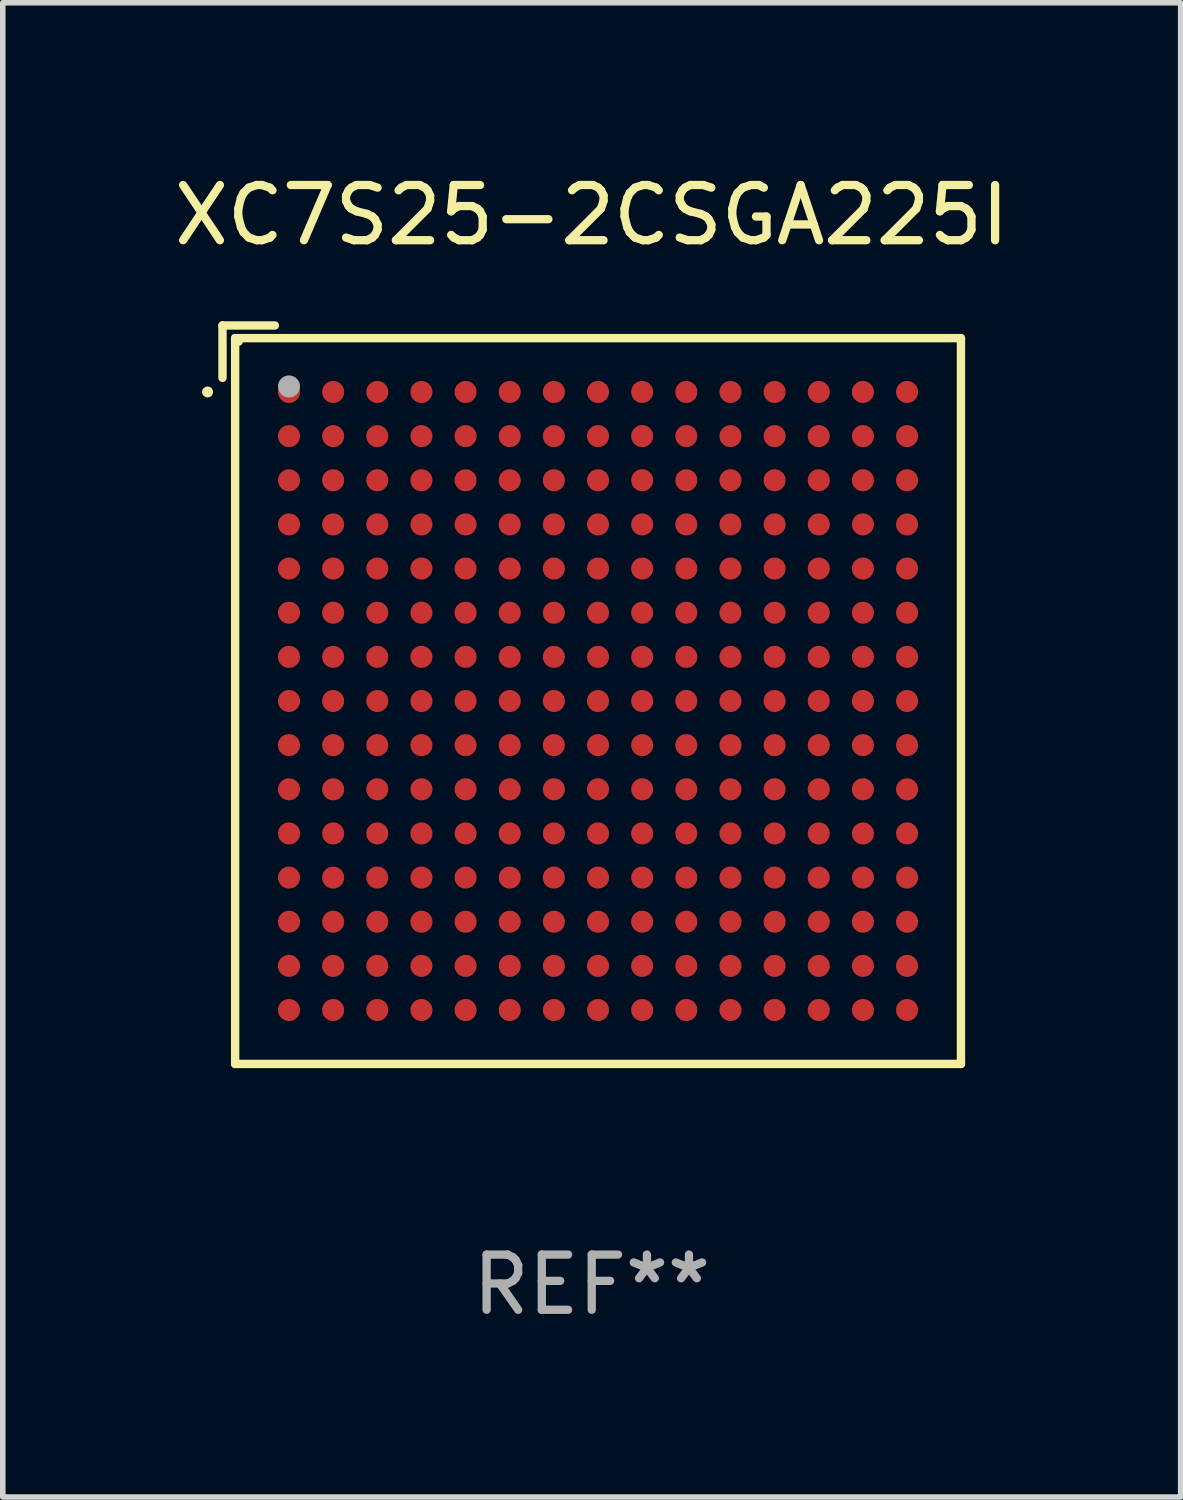
<source format=kicad_pcb>
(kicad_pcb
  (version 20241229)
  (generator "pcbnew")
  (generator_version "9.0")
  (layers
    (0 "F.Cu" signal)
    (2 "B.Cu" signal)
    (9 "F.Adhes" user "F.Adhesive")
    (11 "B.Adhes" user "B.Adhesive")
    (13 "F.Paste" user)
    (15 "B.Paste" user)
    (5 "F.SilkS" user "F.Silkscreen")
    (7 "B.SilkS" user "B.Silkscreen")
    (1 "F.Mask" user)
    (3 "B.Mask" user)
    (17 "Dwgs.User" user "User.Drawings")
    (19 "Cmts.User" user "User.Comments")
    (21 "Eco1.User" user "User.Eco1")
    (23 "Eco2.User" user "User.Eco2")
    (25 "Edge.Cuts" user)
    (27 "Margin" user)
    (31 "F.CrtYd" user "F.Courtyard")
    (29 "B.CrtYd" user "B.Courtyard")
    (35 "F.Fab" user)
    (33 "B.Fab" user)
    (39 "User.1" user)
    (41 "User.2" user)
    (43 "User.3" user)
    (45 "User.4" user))
  (footprint "XC7S25-2CSGA225I"
    (layer "F.Cu")
    (at 7.673 9.539)
    (property "Reference" "XC7S25-2CSGA225I" (at 0 -8.691 0) (layer "F.SilkS") (effects (font (size 1 1) (thickness 0.15))))
    (attr through_hole)
    (fp_line (start -6.691 -6.691) (end -5.742 -6.691) (stroke (width 0.152) (type solid)) (layer "F.SilkS"))
    (fp_line (start -6.691 -5.742) (end -6.691 -6.691) (stroke (width 0.152) (type solid)) (layer "F.SilkS"))
    (fp_line (start -6.462 -6.462) (end 6.691 -6.462) (stroke (width 0.152) (type solid)) (layer "F.SilkS"))
    (fp_line (start -6.462 6.691) (end -6.462 -6.462) (stroke (width 0.152) (type solid)) (layer "F.SilkS"))
    (fp_line (start 6.691 -6.462) (end 6.691 6.691) (stroke (width 0.152) (type solid)) (layer "F.SilkS"))
    (fp_line (start 6.691 6.691) (end -6.462 6.691) (stroke (width 0.152) (type solid)) (layer "F.SilkS"))
    (fp_circle (center -6.962 -5.486) (end -6.912 -5.486) (stroke (width 0.1) (type solid)) (fill no) (layer "F.SilkS"))
    (fp_circle (center -6.386 -6.386) (end -6.356 -6.386) (stroke (width 0.06) (type solid)) (fill no) (layer "F.SilkS"))
    (fp_circle (center -5.486 -5.586) (end -5.386 -5.586) (stroke (width 0.2) (type solid)) (fill no) (layer "F.Fab"))
    (fp_text user "REF**" (at 0 10.691 0) (layer "F.Fab") (effects (font (size 1 1) (thickness 0.15))))
    (pad "A1" smd circle (at -5.486 -5.486) (size 0.4 0.4) (layers "F.Cu" "F.Mask" "F.Paste"))
    (pad "A2" smd circle (at -4.686 -5.486) (size 0.4 0.4) (layers "F.Cu" "F.Mask" "F.Paste"))
    (pad "A3" smd circle (at -3.886 -5.486) (size 0.4 0.4) (layers "F.Cu" "F.Mask" "F.Paste"))
    (pad "A4" smd circle (at -3.086 -5.486) (size 0.4 0.4) (layers "F.Cu" "F.Mask" "F.Paste"))
    (pad "A5" smd circle (at -2.286 -5.486) (size 0.4 0.4) (layers "F.Cu" "F.Mask" "F.Paste"))
    (pad "A6" smd circle (at -1.486 -5.486) (size 0.4 0.4) (layers "F.Cu" "F.Mask" "F.Paste"))
    (pad "A7" smd circle (at -0.686 -5.486) (size 0.4 0.4) (layers "F.Cu" "F.Mask" "F.Paste"))
    (pad "A8" smd circle (at 0.114 -5.486) (size 0.4 0.4) (layers "F.Cu" "F.Mask" "F.Paste"))
    (pad "A9" smd circle (at 0.914 -5.486) (size 0.4 0.4) (layers "F.Cu" "F.Mask" "F.Paste"))
    (pad "A10" smd circle (at 1.714 -5.486) (size 0.4 0.4) (layers "F.Cu" "F.Mask" "F.Paste"))
    (pad "A11" smd circle (at 2.514 -5.486) (size 0.4 0.4) (layers "F.Cu" "F.Mask" "F.Paste"))
    (pad "A12" smd circle (at 3.314 -5.486) (size 0.4 0.4) (layers "F.Cu" "F.Mask" "F.Paste"))
    (pad "A13" smd circle (at 4.114 -5.486) (size 0.4 0.4) (layers "F.Cu" "F.Mask" "F.Paste"))
    (pad "A14" smd circle (at 4.914 -5.486) (size 0.4 0.4) (layers "F.Cu" "F.Mask" "F.Paste"))
    (pad "A15" smd circle (at 5.714 -5.486) (size 0.4 0.4) (layers "F.Cu" "F.Mask" "F.Paste"))
    (pad "B1" smd circle (at -5.486 -4.686) (size 0.4 0.4) (layers "F.Cu" "F.Mask" "F.Paste"))
    (pad "B2" smd circle (at -4.686 -4.686) (size 0.4 0.4) (layers "F.Cu" "F.Mask" "F.Paste"))
    (pad "B3" smd circle (at -3.886 -4.686) (size 0.4 0.4) (layers "F.Cu" "F.Mask" "F.Paste"))
    (pad "B4" smd circle (at -3.086 -4.686) (size 0.4 0.4) (layers "F.Cu" "F.Mask" "F.Paste"))
    (pad "B5" smd circle (at -2.286 -4.686) (size 0.4 0.4) (layers "F.Cu" "F.Mask" "F.Paste"))
    (pad "B6" smd circle (at -1.486 -4.686) (size 0.4 0.4) (layers "F.Cu" "F.Mask" "F.Paste"))
    (pad "B7" smd circle (at -0.686 -4.686) (size 0.4 0.4) (layers "F.Cu" "F.Mask" "F.Paste"))
    (pad "B8" smd circle (at 0.114 -4.686) (size 0.4 0.4) (layers "F.Cu" "F.Mask" "F.Paste"))
    (pad "B9" smd circle (at 0.914 -4.686) (size 0.4 0.4) (layers "F.Cu" "F.Mask" "F.Paste"))
    (pad "B10" smd circle (at 1.714 -4.686) (size 0.4 0.4) (layers "F.Cu" "F.Mask" "F.Paste"))
    (pad "B11" smd circle (at 2.514 -4.686) (size 0.4 0.4) (layers "F.Cu" "F.Mask" "F.Paste"))
    (pad "B12" smd circle (at 3.314 -4.686) (size 0.4 0.4) (layers "F.Cu" "F.Mask" "F.Paste"))
    (pad "B13" smd circle (at 4.114 -4.686) (size 0.4 0.4) (layers "F.Cu" "F.Mask" "F.Paste"))
    (pad "B14" smd circle (at 4.914 -4.686) (size 0.4 0.4) (layers "F.Cu" "F.Mask" "F.Paste"))
    (pad "B15" smd circle (at 5.714 -4.686) (size 0.4 0.4) (layers "F.Cu" "F.Mask" "F.Paste"))
    (pad "C1" smd circle (at -5.486 -3.886) (size 0.4 0.4) (layers "F.Cu" "F.Mask" "F.Paste"))
    (pad "C2" smd circle (at -4.686 -3.886) (size 0.4 0.4) (layers "F.Cu" "F.Mask" "F.Paste"))
    (pad "C3" smd circle (at -3.886 -3.886) (size 0.4 0.4) (layers "F.Cu" "F.Mask" "F.Paste"))
    (pad "C4" smd circle (at -3.086 -3.886) (size 0.4 0.4) (layers "F.Cu" "F.Mask" "F.Paste"))
    (pad "C5" smd circle (at -2.286 -3.886) (size 0.4 0.4) (layers "F.Cu" "F.Mask" "F.Paste"))
    (pad "C6" smd circle (at -1.486 -3.886) (size 0.4 0.4) (layers "F.Cu" "F.Mask" "F.Paste"))
    (pad "C7" smd circle (at -0.686 -3.886) (size 0.4 0.4) (layers "F.Cu" "F.Mask" "F.Paste"))
    (pad "C8" smd circle (at 0.114 -3.886) (size 0.4 0.4) (layers "F.Cu" "F.Mask" "F.Paste"))
    (pad "C9" smd circle (at 0.914 -3.886) (size 0.4 0.4) (layers "F.Cu" "F.Mask" "F.Paste"))
    (pad "C10" smd circle (at 1.714 -3.886) (size 0.4 0.4) (layers "F.Cu" "F.Mask" "F.Paste"))
    (pad "C11" smd circle (at 2.514 -3.886) (size 0.4 0.4) (layers "F.Cu" "F.Mask" "F.Paste"))
    (pad "C12" smd circle (at 3.314 -3.886) (size 0.4 0.4) (layers "F.Cu" "F.Mask" "F.Paste"))
    (pad "C13" smd circle (at 4.114 -3.886) (size 0.4 0.4) (layers "F.Cu" "F.Mask" "F.Paste"))
    (pad "C14" smd circle (at 4.914 -3.886) (size 0.4 0.4) (layers "F.Cu" "F.Mask" "F.Paste"))
    (pad "C15" smd circle (at 5.714 -3.886) (size 0.4 0.4) (layers "F.Cu" "F.Mask" "F.Paste"))
    (pad "D1" smd circle (at -5.486 -3.086) (size 0.4 0.4) (layers "F.Cu" "F.Mask" "F.Paste"))
    (pad "D2" smd circle (at -4.686 -3.086) (size 0.4 0.4) (layers "F.Cu" "F.Mask" "F.Paste"))
    (pad "D3" smd circle (at -3.886 -3.086) (size 0.4 0.4) (layers "F.Cu" "F.Mask" "F.Paste"))
    (pad "D4" smd circle (at -3.086 -3.086) (size 0.4 0.4) (layers "F.Cu" "F.Mask" "F.Paste"))
    (pad "D5" smd circle (at -2.286 -3.086) (size 0.4 0.4) (layers "F.Cu" "F.Mask" "F.Paste"))
    (pad "D6" smd circle (at -1.486 -3.086) (size 0.4 0.4) (layers "F.Cu" "F.Mask" "F.Paste"))
    (pad "D7" smd circle (at -0.686 -3.086) (size 0.4 0.4) (layers "F.Cu" "F.Mask" "F.Paste"))
    (pad "D8" smd circle (at 0.114 -3.086) (size 0.4 0.4) (layers "F.Cu" "F.Mask" "F.Paste"))
    (pad "D9" smd circle (at 0.914 -3.086) (size 0.4 0.4) (layers "F.Cu" "F.Mask" "F.Paste"))
    (pad "D10" smd circle (at 1.714 -3.086) (size 0.4 0.4) (layers "F.Cu" "F.Mask" "F.Paste"))
    (pad "D11" smd circle (at 2.514 -3.086) (size 0.4 0.4) (layers "F.Cu" "F.Mask" "F.Paste"))
    (pad "D12" smd circle (at 3.314 -3.086) (size 0.4 0.4) (layers "F.Cu" "F.Mask" "F.Paste"))
    (pad "D13" smd circle (at 4.114 -3.086) (size 0.4 0.4) (layers "F.Cu" "F.Mask" "F.Paste"))
    (pad "D14" smd circle (at 4.914 -3.086) (size 0.4 0.4) (layers "F.Cu" "F.Mask" "F.Paste"))
    (pad "D15" smd circle (at 5.714 -3.086) (size 0.4 0.4) (layers "F.Cu" "F.Mask" "F.Paste"))
    (pad "E1" smd circle (at -5.486 -2.286) (size 0.4 0.4) (layers "F.Cu" "F.Mask" "F.Paste"))
    (pad "E2" smd circle (at -4.686 -2.286) (size 0.4 0.4) (layers "F.Cu" "F.Mask" "F.Paste"))
    (pad "E3" smd circle (at -3.886 -2.286) (size 0.4 0.4) (layers "F.Cu" "F.Mask" "F.Paste"))
    (pad "E4" smd circle (at -3.086 -2.286) (size 0.4 0.4) (layers "F.Cu" "F.Mask" "F.Paste"))
    (pad "E5" smd circle (at -2.286 -2.286) (size 0.4 0.4) (layers "F.Cu" "F.Mask" "F.Paste"))
    (pad "E6" smd circle (at -1.486 -2.286) (size 0.4 0.4) (layers "F.Cu" "F.Mask" "F.Paste"))
    (pad "E7" smd circle (at -0.686 -2.286) (size 0.4 0.4) (layers "F.Cu" "F.Mask" "F.Paste"))
    (pad "E8" smd circle (at 0.114 -2.286) (size 0.4 0.4) (layers "F.Cu" "F.Mask" "F.Paste"))
    (pad "E9" smd circle (at 0.914 -2.286) (size 0.4 0.4) (layers "F.Cu" "F.Mask" "F.Paste"))
    (pad "E10" smd circle (at 1.714 -2.286) (size 0.4 0.4) (layers "F.Cu" "F.Mask" "F.Paste"))
    (pad "E11" smd circle (at 2.514 -2.286) (size 0.4 0.4) (layers "F.Cu" "F.Mask" "F.Paste"))
    (pad "E12" smd circle (at 3.314 -2.286) (size 0.4 0.4) (layers "F.Cu" "F.Mask" "F.Paste"))
    (pad "E13" smd circle (at 4.114 -2.286) (size 0.4 0.4) (layers "F.Cu" "F.Mask" "F.Paste"))
    (pad "E14" smd circle (at 4.914 -2.286) (size 0.4 0.4) (layers "F.Cu" "F.Mask" "F.Paste"))
    (pad "E15" smd circle (at 5.714 -2.286) (size 0.4 0.4) (layers "F.Cu" "F.Mask" "F.Paste"))
    (pad "F1" smd circle (at -5.486 -1.486) (size 0.4 0.4) (layers "F.Cu" "F.Mask" "F.Paste"))
    (pad "F2" smd circle (at -4.686 -1.486) (size 0.4 0.4) (layers "F.Cu" "F.Mask" "F.Paste"))
    (pad "F3" smd circle (at -3.886 -1.486) (size 0.4 0.4) (layers "F.Cu" "F.Mask" "F.Paste"))
    (pad "F4" smd circle (at -3.086 -1.486) (size 0.4 0.4) (layers "F.Cu" "F.Mask" "F.Paste"))
    (pad "F5" smd circle (at -2.286 -1.486) (size 0.4 0.4) (layers "F.Cu" "F.Mask" "F.Paste"))
    (pad "F6" smd circle (at -1.486 -1.486) (size 0.4 0.4) (layers "F.Cu" "F.Mask" "F.Paste"))
    (pad "F7" smd circle (at -0.686 -1.486) (size 0.4 0.4) (layers "F.Cu" "F.Mask" "F.Paste"))
    (pad "F8" smd circle (at 0.114 -1.486) (size 0.4 0.4) (layers "F.Cu" "F.Mask" "F.Paste"))
    (pad "F9" smd circle (at 0.914 -1.486) (size 0.4 0.4) (layers "F.Cu" "F.Mask" "F.Paste"))
    (pad "F10" smd circle (at 1.714 -1.486) (size 0.4 0.4) (layers "F.Cu" "F.Mask" "F.Paste"))
    (pad "F11" smd circle (at 2.514 -1.486) (size 0.4 0.4) (layers "F.Cu" "F.Mask" "F.Paste"))
    (pad "F12" smd circle (at 3.314 -1.486) (size 0.4 0.4) (layers "F.Cu" "F.Mask" "F.Paste"))
    (pad "F13" smd circle (at 4.114 -1.486) (size 0.4 0.4) (layers "F.Cu" "F.Mask" "F.Paste"))
    (pad "F14" smd circle (at 4.914 -1.486) (size 0.4 0.4) (layers "F.Cu" "F.Mask" "F.Paste"))
    (pad "F15" smd circle (at 5.714 -1.486) (size 0.4 0.4) (layers "F.Cu" "F.Mask" "F.Paste"))
    (pad "G1" smd circle (at -5.486 -0.686) (size 0.4 0.4) (layers "F.Cu" "F.Mask" "F.Paste"))
    (pad "G2" smd circle (at -4.686 -0.686) (size 0.4 0.4) (layers "F.Cu" "F.Mask" "F.Paste"))
    (pad "G3" smd circle (at -3.886 -0.686) (size 0.4 0.4) (layers "F.Cu" "F.Mask" "F.Paste"))
    (pad "G4" smd circle (at -3.086 -0.686) (size 0.4 0.4) (layers "F.Cu" "F.Mask" "F.Paste"))
    (pad "G5" smd circle (at -2.286 -0.686) (size 0.4 0.4) (layers "F.Cu" "F.Mask" "F.Paste"))
    (pad "G6" smd circle (at -1.486 -0.686) (size 0.4 0.4) (layers "F.Cu" "F.Mask" "F.Paste"))
    (pad "G7" smd circle (at -0.686 -0.686) (size 0.4 0.4) (layers "F.Cu" "F.Mask" "F.Paste"))
    (pad "G8" smd circle (at 0.114 -0.686) (size 0.4 0.4) (layers "F.Cu" "F.Mask" "F.Paste"))
    (pad "G9" smd circle (at 0.914 -0.686) (size 0.4 0.4) (layers "F.Cu" "F.Mask" "F.Paste"))
    (pad "G10" smd circle (at 1.714 -0.686) (size 0.4 0.4) (layers "F.Cu" "F.Mask" "F.Paste"))
    (pad "G11" smd circle (at 2.514 -0.686) (size 0.4 0.4) (layers "F.Cu" "F.Mask" "F.Paste"))
    (pad "G12" smd circle (at 3.314 -0.686) (size 0.4 0.4) (layers "F.Cu" "F.Mask" "F.Paste"))
    (pad "G13" smd circle (at 4.114 -0.686) (size 0.4 0.4) (layers "F.Cu" "F.Mask" "F.Paste"))
    (pad "G14" smd circle (at 4.914 -0.686) (size 0.4 0.4) (layers "F.Cu" "F.Mask" "F.Paste"))
    (pad "G15" smd circle (at 5.714 -0.686) (size 0.4 0.4) (layers "F.Cu" "F.Mask" "F.Paste"))
    (pad "H1" smd circle (at -5.486 0.114) (size 0.4 0.4) (layers "F.Cu" "F.Mask" "F.Paste"))
    (pad "H2" smd circle (at -4.686 0.114) (size 0.4 0.4) (layers "F.Cu" "F.Mask" "F.Paste"))
    (pad "H3" smd circle (at -3.886 0.114) (size 0.4 0.4) (layers "F.Cu" "F.Mask" "F.Paste"))
    (pad "H4" smd circle (at -3.086 0.114) (size 0.4 0.4) (layers "F.Cu" "F.Mask" "F.Paste"))
    (pad "H5" smd circle (at -2.286 0.114) (size 0.4 0.4) (layers "F.Cu" "F.Mask" "F.Paste"))
    (pad "H6" smd circle (at -1.486 0.114) (size 0.4 0.4) (layers "F.Cu" "F.Mask" "F.Paste"))
    (pad "H7" smd circle (at -0.686 0.114) (size 0.4 0.4) (layers "F.Cu" "F.Mask" "F.Paste"))
    (pad "H8" smd circle (at 0.114 0.114) (size 0.4 0.4) (layers "F.Cu" "F.Mask" "F.Paste"))
    (pad "H9" smd circle (at 0.914 0.114) (size 0.4 0.4) (layers "F.Cu" "F.Mask" "F.Paste"))
    (pad "H10" smd circle (at 1.714 0.114) (size 0.4 0.4) (layers "F.Cu" "F.Mask" "F.Paste"))
    (pad "H11" smd circle (at 2.514 0.114) (size 0.4 0.4) (layers "F.Cu" "F.Mask" "F.Paste"))
    (pad "H12" smd circle (at 3.314 0.114) (size 0.4 0.4) (layers "F.Cu" "F.Mask" "F.Paste"))
    (pad "H13" smd circle (at 4.114 0.114) (size 0.4 0.4) (layers "F.Cu" "F.Mask" "F.Paste"))
    (pad "H14" smd circle (at 4.914 0.114) (size 0.4 0.4) (layers "F.Cu" "F.Mask" "F.Paste"))
    (pad "H15" smd circle (at 5.714 0.114) (size 0.4 0.4) (layers "F.Cu" "F.Mask" "F.Paste"))
    (pad "J1" smd circle (at -5.486 0.914) (size 0.4 0.4) (layers "F.Cu" "F.Mask" "F.Paste"))
    (pad "J2" smd circle (at -4.686 0.914) (size 0.4 0.4) (layers "F.Cu" "F.Mask" "F.Paste"))
    (pad "J3" smd circle (at -3.886 0.914) (size 0.4 0.4) (layers "F.Cu" "F.Mask" "F.Paste"))
    (pad "J4" smd circle (at -3.086 0.914) (size 0.4 0.4) (layers "F.Cu" "F.Mask" "F.Paste"))
    (pad "J5" smd circle (at -2.286 0.914) (size 0.4 0.4) (layers "F.Cu" "F.Mask" "F.Paste"))
    (pad "J6" smd circle (at -1.486 0.914) (size 0.4 0.4) (layers "F.Cu" "F.Mask" "F.Paste"))
    (pad "J7" smd circle (at -0.686 0.914) (size 0.4 0.4) (layers "F.Cu" "F.Mask" "F.Paste"))
    (pad "J8" smd circle (at 0.114 0.914) (size 0.4 0.4) (layers "F.Cu" "F.Mask" "F.Paste"))
    (pad "J9" smd circle (at 0.914 0.914) (size 0.4 0.4) (layers "F.Cu" "F.Mask" "F.Paste"))
    (pad "J10" smd circle (at 1.714 0.914) (size 0.4 0.4) (layers "F.Cu" "F.Mask" "F.Paste"))
    (pad "J11" smd circle (at 2.514 0.914) (size 0.4 0.4) (layers "F.Cu" "F.Mask" "F.Paste"))
    (pad "J12" smd circle (at 3.314 0.914) (size 0.4 0.4) (layers "F.Cu" "F.Mask" "F.Paste"))
    (pad "J13" smd circle (at 4.114 0.914) (size 0.4 0.4) (layers "F.Cu" "F.Mask" "F.Paste"))
    (pad "J14" smd circle (at 4.914 0.914) (size 0.4 0.4) (layers "F.Cu" "F.Mask" "F.Paste"))
    (pad "J15" smd circle (at 5.714 0.914) (size 0.4 0.4) (layers "F.Cu" "F.Mask" "F.Paste"))
    (pad "K1" smd circle (at -5.486 1.714) (size 0.4 0.4) (layers "F.Cu" "F.Mask" "F.Paste"))
    (pad "K2" smd circle (at -4.686 1.714) (size 0.4 0.4) (layers "F.Cu" "F.Mask" "F.Paste"))
    (pad "K3" smd circle (at -3.886 1.714) (size 0.4 0.4) (layers "F.Cu" "F.Mask" "F.Paste"))
    (pad "K4" smd circle (at -3.086 1.714) (size 0.4 0.4) (layers "F.Cu" "F.Mask" "F.Paste"))
    (pad "K5" smd circle (at -2.286 1.714) (size 0.4 0.4) (layers "F.Cu" "F.Mask" "F.Paste"))
    (pad "K6" smd circle (at -1.486 1.714) (size 0.4 0.4) (layers "F.Cu" "F.Mask" "F.Paste"))
    (pad "K7" smd circle (at -0.686 1.714) (size 0.4 0.4) (layers "F.Cu" "F.Mask" "F.Paste"))
    (pad "K8" smd circle (at 0.114 1.714) (size 0.4 0.4) (layers "F.Cu" "F.Mask" "F.Paste"))
    (pad "K9" smd circle (at 0.914 1.714) (size 0.4 0.4) (layers "F.Cu" "F.Mask" "F.Paste"))
    (pad "K10" smd circle (at 1.714 1.714) (size 0.4 0.4) (layers "F.Cu" "F.Mask" "F.Paste"))
    (pad "K11" smd circle (at 2.514 1.714) (size 0.4 0.4) (layers "F.Cu" "F.Mask" "F.Paste"))
    (pad "K12" smd circle (at 3.314 1.714) (size 0.4 0.4) (layers "F.Cu" "F.Mask" "F.Paste"))
    (pad "K13" smd circle (at 4.114 1.714) (size 0.4 0.4) (layers "F.Cu" "F.Mask" "F.Paste"))
    (pad "K14" smd circle (at 4.914 1.714) (size 0.4 0.4) (layers "F.Cu" "F.Mask" "F.Paste"))
    (pad "K15" smd circle (at 5.714 1.714) (size 0.4 0.4) (layers "F.Cu" "F.Mask" "F.Paste"))
    (pad "L1" smd circle (at -5.486 2.514) (size 0.4 0.4) (layers "F.Cu" "F.Mask" "F.Paste"))
    (pad "L2" smd circle (at -4.686 2.514) (size 0.4 0.4) (layers "F.Cu" "F.Mask" "F.Paste"))
    (pad "L3" smd circle (at -3.886 2.514) (size 0.4 0.4) (layers "F.Cu" "F.Mask" "F.Paste"))
    (pad "L4" smd circle (at -3.086 2.514) (size 0.4 0.4) (layers "F.Cu" "F.Mask" "F.Paste"))
    (pad "L5" smd circle (at -2.286 2.514) (size 0.4 0.4) (layers "F.Cu" "F.Mask" "F.Paste"))
    (pad "L6" smd circle (at -1.486 2.514) (size 0.4 0.4) (layers "F.Cu" "F.Mask" "F.Paste"))
    (pad "L7" smd circle (at -0.686 2.514) (size 0.4 0.4) (layers "F.Cu" "F.Mask" "F.Paste"))
    (pad "L8" smd circle (at 0.114 2.514) (size 0.4 0.4) (layers "F.Cu" "F.Mask" "F.Paste"))
    (pad "L9" smd circle (at 0.914 2.514) (size 0.4 0.4) (layers "F.Cu" "F.Mask" "F.Paste"))
    (pad "L10" smd circle (at 1.714 2.514) (size 0.4 0.4) (layers "F.Cu" "F.Mask" "F.Paste"))
    (pad "L11" smd circle (at 2.514 2.514) (size 0.4 0.4) (layers "F.Cu" "F.Mask" "F.Paste"))
    (pad "L12" smd circle (at 3.314 2.514) (size 0.4 0.4) (layers "F.Cu" "F.Mask" "F.Paste"))
    (pad "L13" smd circle (at 4.114 2.514) (size 0.4 0.4) (layers "F.Cu" "F.Mask" "F.Paste"))
    (pad "L14" smd circle (at 4.914 2.514) (size 0.4 0.4) (layers "F.Cu" "F.Mask" "F.Paste"))
    (pad "L15" smd circle (at 5.714 2.514) (size 0.4 0.4) (layers "F.Cu" "F.Mask" "F.Paste"))
    (pad "M1" smd circle (at -5.486 3.314) (size 0.4 0.4) (layers "F.Cu" "F.Mask" "F.Paste"))
    (pad "M2" smd circle (at -4.686 3.314) (size 0.4 0.4) (layers "F.Cu" "F.Mask" "F.Paste"))
    (pad "M3" smd circle (at -3.886 3.314) (size 0.4 0.4) (layers "F.Cu" "F.Mask" "F.Paste"))
    (pad "M4" smd circle (at -3.086 3.314) (size 0.4 0.4) (layers "F.Cu" "F.Mask" "F.Paste"))
    (pad "M5" smd circle (at -2.286 3.314) (size 0.4 0.4) (layers "F.Cu" "F.Mask" "F.Paste"))
    (pad "M6" smd circle (at -1.486 3.314) (size 0.4 0.4) (layers "F.Cu" "F.Mask" "F.Paste"))
    (pad "M7" smd circle (at -0.686 3.314) (size 0.4 0.4) (layers "F.Cu" "F.Mask" "F.Paste"))
    (pad "M8" smd circle (at 0.114 3.314) (size 0.4 0.4) (layers "F.Cu" "F.Mask" "F.Paste"))
    (pad "M9" smd circle (at 0.914 3.314) (size 0.4 0.4) (layers "F.Cu" "F.Mask" "F.Paste"))
    (pad "M10" smd circle (at 1.714 3.314) (size 0.4 0.4) (layers "F.Cu" "F.Mask" "F.Paste"))
    (pad "M11" smd circle (at 2.514 3.314) (size 0.4 0.4) (layers "F.Cu" "F.Mask" "F.Paste"))
    (pad "M12" smd circle (at 3.314 3.314) (size 0.4 0.4) (layers "F.Cu" "F.Mask" "F.Paste"))
    (pad "M13" smd circle (at 4.114 3.314) (size 0.4 0.4) (layers "F.Cu" "F.Mask" "F.Paste"))
    (pad "M14" smd circle (at 4.914 3.314) (size 0.4 0.4) (layers "F.Cu" "F.Mask" "F.Paste"))
    (pad "M15" smd circle (at 5.714 3.314) (size 0.4 0.4) (layers "F.Cu" "F.Mask" "F.Paste"))
    (pad "N1" smd circle (at -5.486 4.114) (size 0.4 0.4) (layers "F.Cu" "F.Mask" "F.Paste"))
    (pad "N2" smd circle (at -4.686 4.114) (size 0.4 0.4) (layers "F.Cu" "F.Mask" "F.Paste"))
    (pad "N3" smd circle (at -3.886 4.114) (size 0.4 0.4) (layers "F.Cu" "F.Mask" "F.Paste"))
    (pad "N4" smd circle (at -3.086 4.114) (size 0.4 0.4) (layers "F.Cu" "F.Mask" "F.Paste"))
    (pad "N5" smd circle (at -2.286 4.114) (size 0.4 0.4) (layers "F.Cu" "F.Mask" "F.Paste"))
    (pad "N6" smd circle (at -1.486 4.114) (size 0.4 0.4) (layers "F.Cu" "F.Mask" "F.Paste"))
    (pad "N7" smd circle (at -0.686 4.114) (size 0.4 0.4) (layers "F.Cu" "F.Mask" "F.Paste"))
    (pad "N8" smd circle (at 0.114 4.114) (size 0.4 0.4) (layers "F.Cu" "F.Mask" "F.Paste"))
    (pad "N9" smd circle (at 0.914 4.114) (size 0.4 0.4) (layers "F.Cu" "F.Mask" "F.Paste"))
    (pad "N10" smd circle (at 1.714 4.114) (size 0.4 0.4) (layers "F.Cu" "F.Mask" "F.Paste"))
    (pad "N11" smd circle (at 2.514 4.114) (size 0.4 0.4) (layers "F.Cu" "F.Mask" "F.Paste"))
    (pad "N12" smd circle (at 3.314 4.114) (size 0.4 0.4) (layers "F.Cu" "F.Mask" "F.Paste"))
    (pad "N13" smd circle (at 4.114 4.114) (size 0.4 0.4) (layers "F.Cu" "F.Mask" "F.Paste"))
    (pad "N14" smd circle (at 4.914 4.114) (size 0.4 0.4) (layers "F.Cu" "F.Mask" "F.Paste"))
    (pad "N15" smd circle (at 5.714 4.114) (size 0.4 0.4) (layers "F.Cu" "F.Mask" "F.Paste"))
    (pad "P1" smd circle (at -5.486 4.914) (size 0.4 0.4) (layers "F.Cu" "F.Mask" "F.Paste"))
    (pad "P2" smd circle (at -4.686 4.914) (size 0.4 0.4) (layers "F.Cu" "F.Mask" "F.Paste"))
    (pad "P3" smd circle (at -3.886 4.914) (size 0.4 0.4) (layers "F.Cu" "F.Mask" "F.Paste"))
    (pad "P4" smd circle (at -3.086 4.914) (size 0.4 0.4) (layers "F.Cu" "F.Mask" "F.Paste"))
    (pad "P5" smd circle (at -2.286 4.914) (size 0.4 0.4) (layers "F.Cu" "F.Mask" "F.Paste"))
    (pad "P6" smd circle (at -1.486 4.914) (size 0.4 0.4) (layers "F.Cu" "F.Mask" "F.Paste"))
    (pad "P7" smd circle (at -0.686 4.914) (size 0.4 0.4) (layers "F.Cu" "F.Mask" "F.Paste"))
    (pad "P8" smd circle (at 0.114 4.914) (size 0.4 0.4) (layers "F.Cu" "F.Mask" "F.Paste"))
    (pad "P9" smd circle (at 0.914 4.914) (size 0.4 0.4) (layers "F.Cu" "F.Mask" "F.Paste"))
    (pad "P10" smd circle (at 1.714 4.914) (size 0.4 0.4) (layers "F.Cu" "F.Mask" "F.Paste"))
    (pad "P11" smd circle (at 2.514 4.914) (size 0.4 0.4) (layers "F.Cu" "F.Mask" "F.Paste"))
    (pad "P12" smd circle (at 3.314 4.914) (size 0.4 0.4) (layers "F.Cu" "F.Mask" "F.Paste"))
    (pad "P13" smd circle (at 4.114 4.914) (size 0.4 0.4) (layers "F.Cu" "F.Mask" "F.Paste"))
    (pad "P14" smd circle (at 4.914 4.914) (size 0.4 0.4) (layers "F.Cu" "F.Mask" "F.Paste"))
    (pad "P15" smd circle (at 5.714 4.914) (size 0.4 0.4) (layers "F.Cu" "F.Mask" "F.Paste"))
    (pad "R1" smd circle (at -5.486 5.714) (size 0.4 0.4) (layers "F.Cu" "F.Mask" "F.Paste"))
    (pad "R2" smd circle (at -4.686 5.714) (size 0.4 0.4) (layers "F.Cu" "F.Mask" "F.Paste"))
    (pad "R3" smd circle (at -3.886 5.714) (size 0.4 0.4) (layers "F.Cu" "F.Mask" "F.Paste"))
    (pad "R4" smd circle (at -3.086 5.714) (size 0.4 0.4) (layers "F.Cu" "F.Mask" "F.Paste"))
    (pad "R5" smd circle (at -2.286 5.714) (size 0.4 0.4) (layers "F.Cu" "F.Mask" "F.Paste"))
    (pad "R6" smd circle (at -1.486 5.714) (size 0.4 0.4) (layers "F.Cu" "F.Mask" "F.Paste"))
    (pad "R7" smd circle (at -0.686 5.714) (size 0.4 0.4) (layers "F.Cu" "F.Mask" "F.Paste"))
    (pad "R8" smd circle (at 0.114 5.714) (size 0.4 0.4) (layers "F.Cu" "F.Mask" "F.Paste"))
    (pad "R9" smd circle (at 0.914 5.714) (size 0.4 0.4) (layers "F.Cu" "F.Mask" "F.Paste"))
    (pad "R10" smd circle (at 1.714 5.714) (size 0.4 0.4) (layers "F.Cu" "F.Mask" "F.Paste"))
    (pad "R11" smd circle (at 2.514 5.714) (size 0.4 0.4) (layers "F.Cu" "F.Mask" "F.Paste"))
    (pad "R12" smd circle (at 3.314 5.714) (size 0.4 0.4) (layers "F.Cu" "F.Mask" "F.Paste"))
    (pad "R13" smd circle (at 4.114 5.714) (size 0.4 0.4) (layers "F.Cu" "F.Mask" "F.Paste"))
    (pad "R14" smd circle (at 4.914 5.714) (size 0.4 0.4) (layers "F.Cu" "F.Mask" "F.Paste"))
    (pad "R15" smd circle (at 5.714 5.714) (size 0.4 0.4) (layers "F.Cu" "F.Mask" "F.Paste")))
  (gr_rect
    (start -3 -3)
    (end 18.345 24.078)
    (stroke (width 0.1) (type default))
    (fill no)
    (layer "Edge.Cuts")))
</source>
